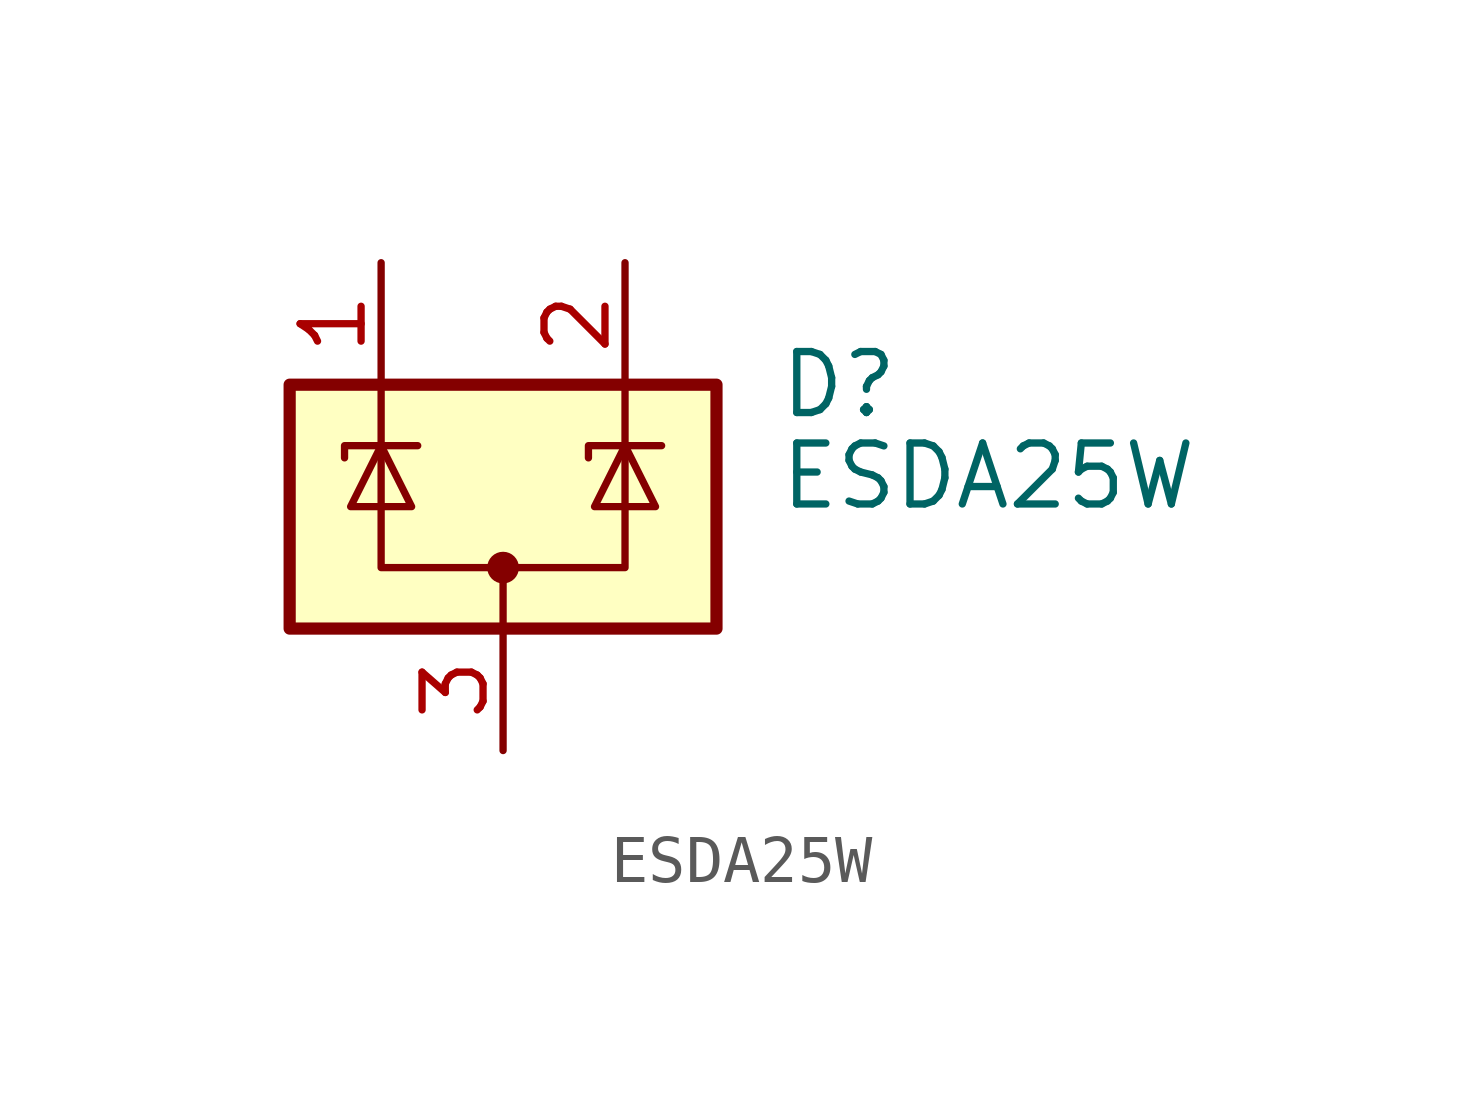
<source format=kicad_sym>
(kicad_symbol_lib
  (version 20231120)
  (generator "kicad_symbol_editor")
  (generator_version "8.0")
  (symbol "ESDA25W"
    (pin_names hide)
    (property "Reference" "D"
      (at 5.715 2.54 0)
      (effects (font (size 1.27 1.27)) (justify left)))
    (property "Value" "ESDA25W"
      (at 5.715 0.635 0)
      (effects (font (size 1.27 1.27)) (justify left)))
    (symbol "ESDA25W_0_0"
      (pin passive line (at 0 -5.08 90) (length 2.54) (name "A" (effects (font (size 1.27 1.27)))) (number "3" (effects (font (size 1.27 1.27))))))
    (symbol "ESDA25W_0_1"
      (rectangle (start -4.445 2.54) (end 4.445 -2.54) (stroke (width 0.254) (type default)) (fill (type background)))
      (circle (center 0 -1.27) (radius 0.254) (stroke (width 0) (type default)) (fill (type outline)))
      (polyline (pts (xy -2.54 2.54) (xy -2.54 1.27)) (stroke (width 0) (type default)) (fill (type none)))
      (polyline (pts (xy 0 -1.27) (xy 0 -2.54)) (stroke (width 0) (type default)) (fill (type none)))
      (polyline (pts (xy 2.54 2.54) (xy 2.54 1.27)) (stroke (width 0) (type default)) (fill (type none)))
      (polyline (pts (xy -3.302 1.016) (xy -3.302 1.27) (xy -1.905 1.27) (xy -1.778 1.27)) (stroke (width 0) (type default)) (fill (type none)))
      (polyline (pts (xy -2.54 1.27) (xy -2.54 -1.27) (xy 2.54 -1.27) (xy 2.54 1.27)) (stroke (width 0) (type default)) (fill (type none)))
      (polyline (pts (xy -2.54 1.27) (xy -1.905 0) (xy -3.175 0) (xy -2.54 1.27)) (stroke (width 0) (type default)) (fill (type none)))
      (polyline (pts (xy 1.778 1.016) (xy 1.778 1.27) (xy 3.175 1.27) (xy 3.302 1.27)) (stroke (width 0) (type default)) (fill (type none)))
      (polyline (pts (xy 2.54 1.27) (xy 1.905 0) (xy 3.175 0) (xy 2.54 1.27)) (stroke (width 0) (type default)) (fill (type none))))
    (symbol "ESDA25W_1_1"
      (pin passive line (at -2.54 5.08 270) (length 2.54) (name "K" (effects (font (size 1.27 1.27)))) (number "1" (effects (font (size 1.27 1.27)))))
      (pin passive line (at 2.54 5.08 270) (length 2.54) (name "K" (effects (font (size 1.27 1.27)))) (number "2" (effects (font (size 1.27 1.27))))))))
</source>
